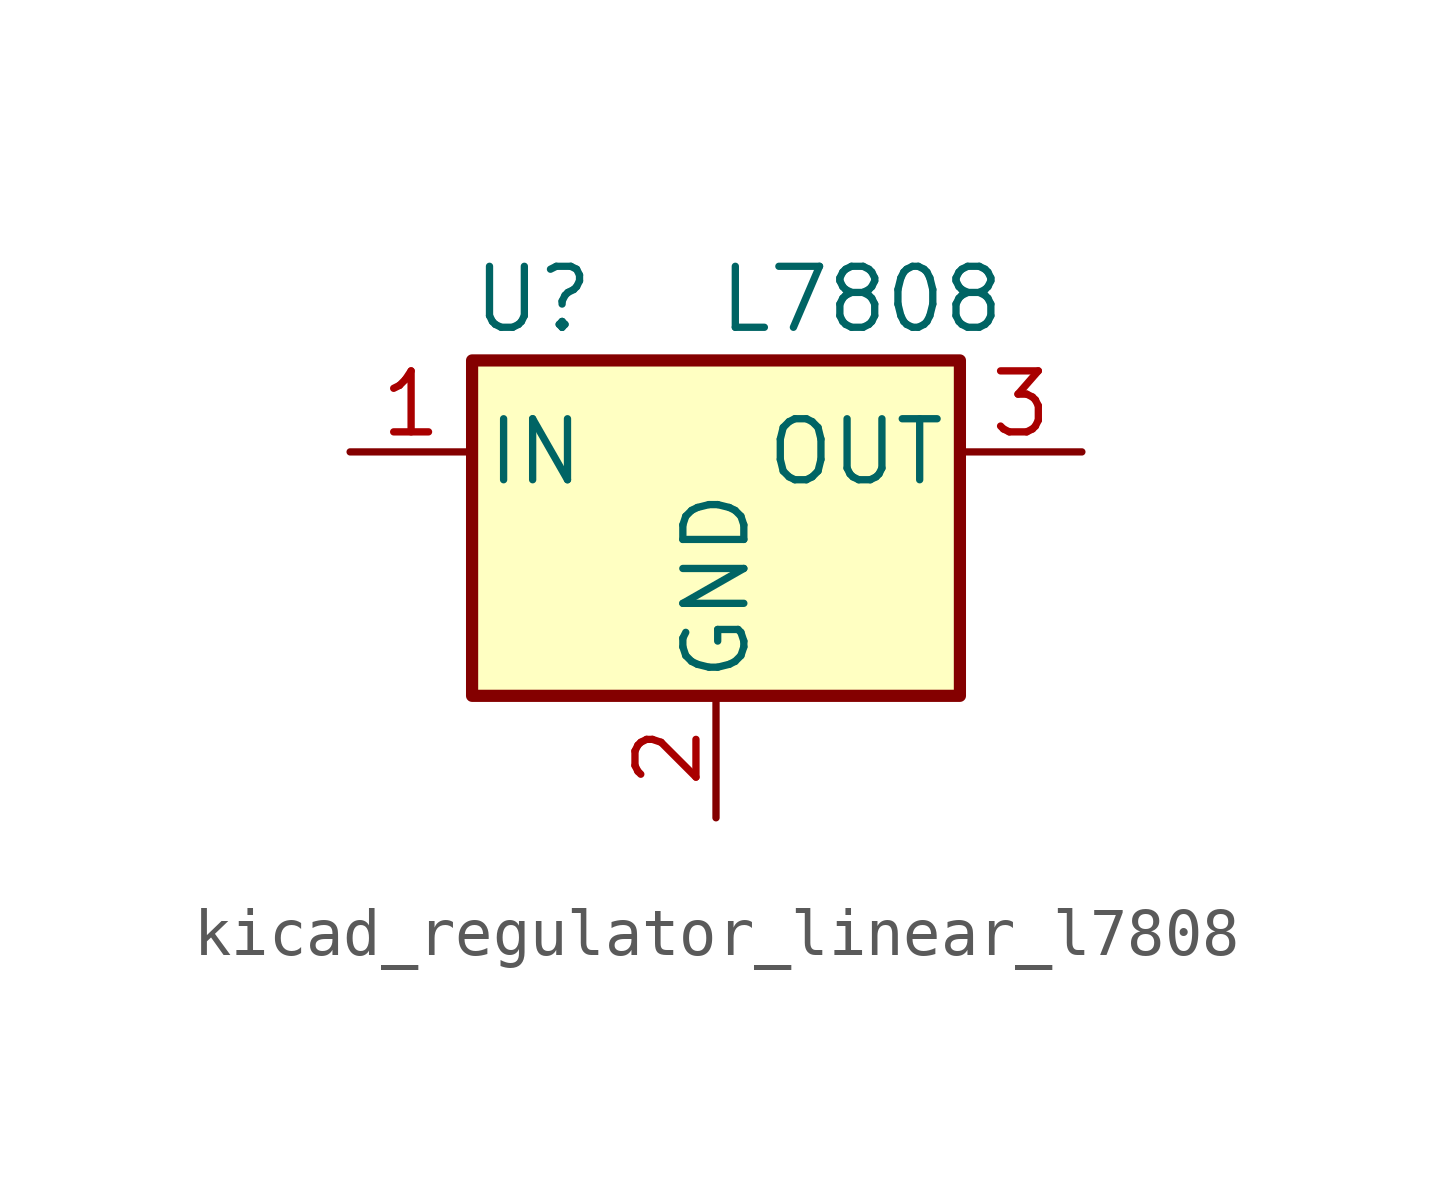
<source format=kicad_sym>
(kicad_symbol_lib
  (version 20220914)
  (generator kicad_symbol_editor)
  (symbol "kicad_regulator_linear_l7808"
    (pin_names
      (offset 0.254))
    (property "Reference" "U"
      (at -3.81 3.175 0)
      (effects (font (size 1.27 1.27))))
    (property "Value" "L7808"
      (at 0 3.175 0)
      (effects (font (size 1.27 1.27)) (justify left)))
    (symbol "kicad_regulator_linear_l7808_0_1"
      (rectangle (start -5.08 1.905) (end 5.08 -5.08) (stroke (width 0.254) (type default)) (fill (type background))))
    (symbol "kicad_regulator_linear_l7808_1_1"
      (pin power_in line (at -7.62 0 0) (length 2.54) (name "IN" (effects (font (size 1.27 1.27)))) (number "1" (effects (font (size 1.27 1.27)))))
      (pin power_in line (at 0 -7.62 90) (length 2.54) (name "GND" (effects (font (size 1.27 1.27)))) (number "2" (effects (font (size 1.27 1.27)))))
      (pin power_out line (at 7.62 0 180) (length 2.54) (name "OUT" (effects (font (size 1.27 1.27)))) (number "3" (effects (font (size 1.27 1.27))))))))
</source>
